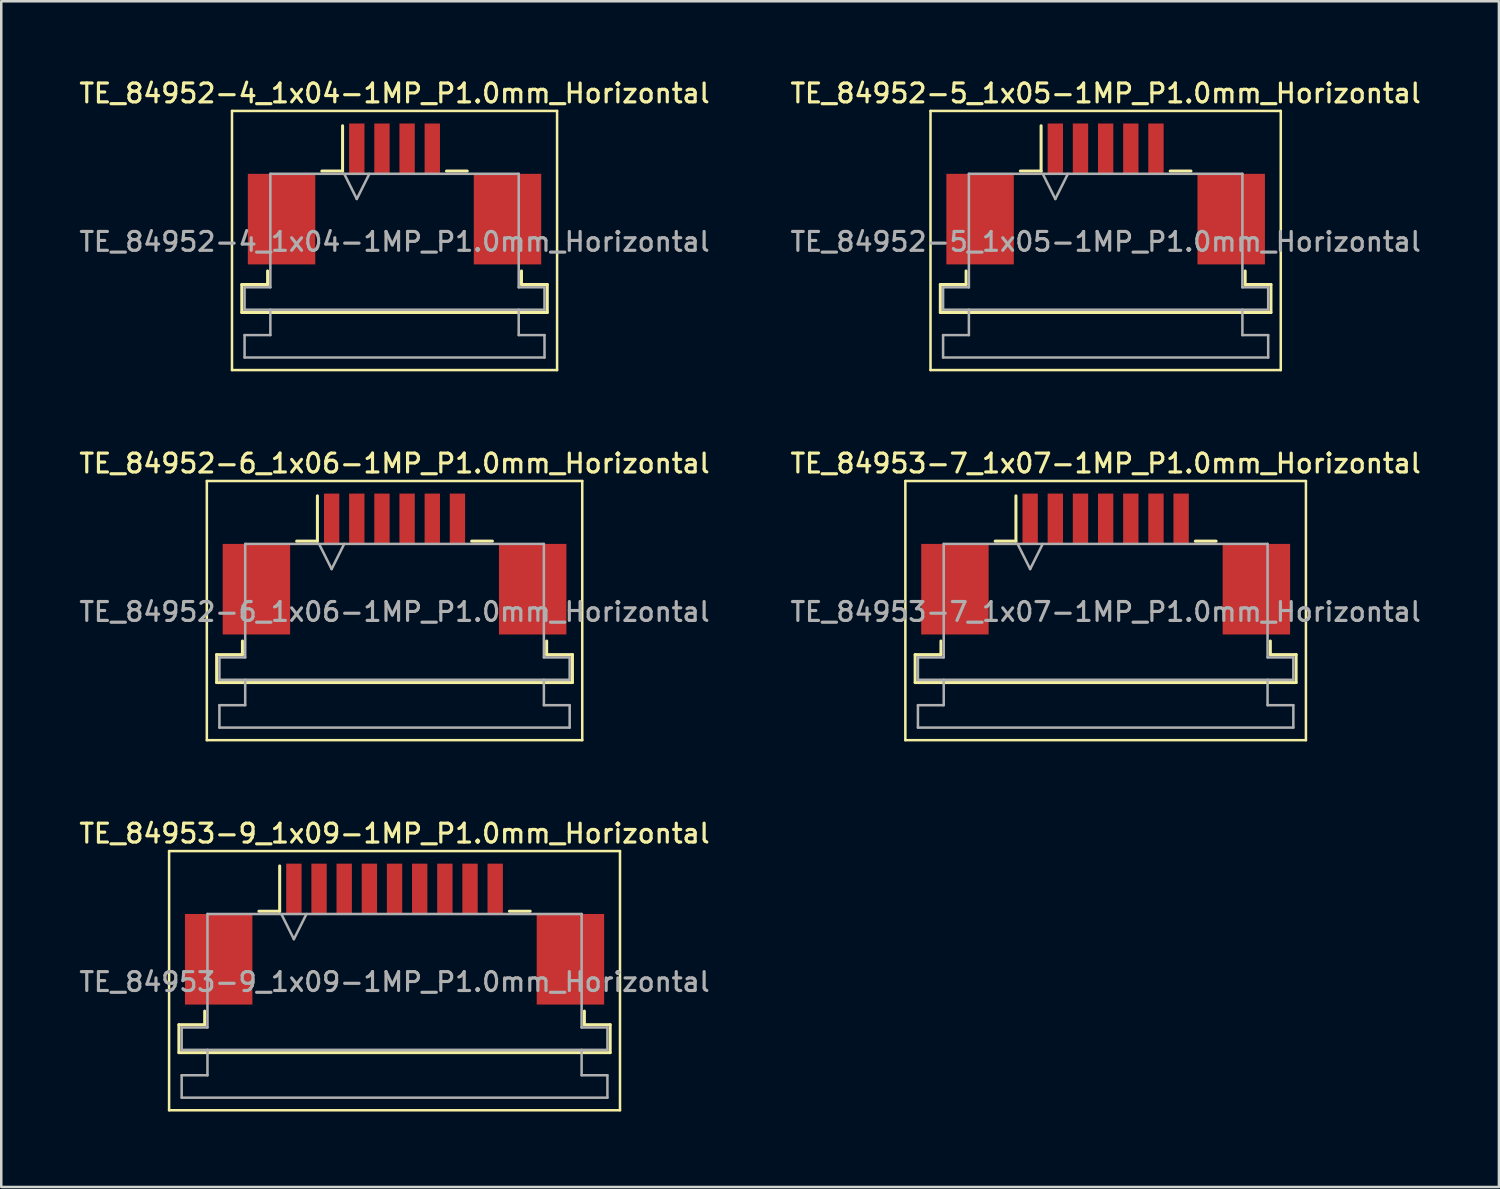
<source format=kicad_pcb>
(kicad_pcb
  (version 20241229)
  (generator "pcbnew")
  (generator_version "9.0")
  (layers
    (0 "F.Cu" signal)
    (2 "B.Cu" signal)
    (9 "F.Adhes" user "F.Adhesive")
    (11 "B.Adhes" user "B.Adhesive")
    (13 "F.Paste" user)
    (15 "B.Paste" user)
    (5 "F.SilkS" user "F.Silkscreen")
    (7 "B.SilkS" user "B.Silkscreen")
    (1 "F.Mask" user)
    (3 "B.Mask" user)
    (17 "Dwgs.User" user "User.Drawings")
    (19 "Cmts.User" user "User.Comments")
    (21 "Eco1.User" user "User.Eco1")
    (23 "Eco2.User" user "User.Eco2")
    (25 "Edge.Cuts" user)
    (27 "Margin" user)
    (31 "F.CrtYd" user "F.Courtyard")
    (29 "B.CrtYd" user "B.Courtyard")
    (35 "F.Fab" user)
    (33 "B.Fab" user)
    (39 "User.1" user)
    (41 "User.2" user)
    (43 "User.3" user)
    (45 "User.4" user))
  (footprint "TE_84953-9_1x09-1MP_P1.0mm_Horizontal"
    (layer "F.Cu")
    (at 12.63 34.074)
    (property "Reference" "TE_84953-9_1x09-1MP_P1.0mm_Horizontal" (at 0 -4 0) (layer "F.SilkS") (effects (font (size 0.75 0.75) (thickness 0.125))))
    (attr smd)
    (fp_line (start -8.96 -3.3) (end -8.96 7) (stroke (width 0.1) (type solid)) (layer "F.SilkS"))
    (fp_line (start -8.96 7) (end 8.96 7) (stroke (width 0.1) (type solid)) (layer "F.SilkS"))
    (fp_line (start -8.57 3.6) (end -7.545 3.6) (stroke (width 0.12) (type solid)) (layer "F.SilkS"))
    (fp_line (start -8.57 4.71) (end -8.57 3.6) (stroke (width 0.12) (type solid)) (layer "F.SilkS"))
    (fp_line (start -7.545 3.6) (end -7.545 3.06) (stroke (width 0.12) (type solid)) (layer "F.SilkS"))
    (fp_line (start -5.39 -0.91) (end -4.565 -0.91) (stroke (width 0.12) (type solid)) (layer "F.SilkS"))
    (fp_line (start -4.565 -0.91) (end -4.565 -2.71) (stroke (width 0.12) (type solid)) (layer "F.SilkS"))
    (fp_line (start 4.565 -0.91) (end 5.39 -0.91) (stroke (width 0.12) (type solid)) (layer "F.SilkS"))
    (fp_line (start 7.545 3.06) (end 7.545 3.6) (stroke (width 0.12) (type solid)) (layer "F.SilkS"))
    (fp_line (start 7.545 3.6) (end 8.57 3.6) (stroke (width 0.12) (type solid)) (layer "F.SilkS"))
    (fp_line (start 8.57 3.6) (end 8.57 4.71) (stroke (width 0.12) (type solid)) (layer "F.SilkS"))
    (fp_line (start 8.57 4.71) (end -8.57 4.71) (stroke (width 0.12) (type solid)) (layer "F.SilkS"))
    (fp_line (start 8.96 -3.3) (end -8.96 -3.3) (stroke (width 0.1) (type solid)) (layer "F.SilkS"))
    (fp_line (start 8.96 7) (end 8.96 -3.3) (stroke (width 0.1) (type solid)) (layer "F.SilkS"))
    (fp_line (start -8.46 3.71) (end -7.435 3.71) (stroke (width 0.1) (type solid)) (layer "F.Fab"))
    (fp_line (start -8.46 4.6) (end -8.46 3.71) (stroke (width 0.1) (type solid)) (layer "F.Fab"))
    (fp_line (start -8.46 5.61) (end -7.435 5.61) (stroke (width 0.1) (type solid)) (layer "F.Fab"))
    (fp_line (start -8.46 6.5) (end -8.46 5.61) (stroke (width 0.1) (type solid)) (layer "F.Fab"))
    (fp_line (start -7.435 -0.8) (end 7.435 -0.8) (stroke (width 0.1) (type solid)) (layer "F.Fab"))
    (fp_line (start -7.435 3.71) (end -7.435 -0.8) (stroke (width 0.1) (type solid)) (layer "F.Fab"))
    (fp_line (start -7.435 5.61) (end -7.435 4.6) (stroke (width 0.1) (type solid)) (layer "F.Fab"))
    (fp_line (start -4.5 -0.8) (end -4 0.2) (stroke (width 0.1) (type solid)) (layer "F.Fab"))
    (fp_line (start -4 0.2) (end -3.5 -0.8) (stroke (width 0.1) (type solid)) (layer "F.Fab"))
    (fp_line (start 7.435 -0.8) (end 7.435 3.71) (stroke (width 0.1) (type solid)) (layer "F.Fab"))
    (fp_line (start 7.435 3.71) (end 8.46 3.71) (stroke (width 0.1) (type solid)) (layer "F.Fab"))
    (fp_line (start 7.435 4.6) (end 7.435 5.61) (stroke (width 0.1) (type solid)) (layer "F.Fab"))
    (fp_line (start 7.435 5.61) (end 8.46 5.61) (stroke (width 0.1) (type solid)) (layer "F.Fab"))
    (fp_line (start 8.46 3.71) (end 8.46 4.6) (stroke (width 0.1) (type solid)) (layer "F.Fab"))
    (fp_line (start 8.46 4.6) (end -8.46 4.6) (stroke (width 0.1) (type solid)) (layer "F.Fab"))
    (fp_line (start 8.46 5.61) (end 8.46 6.5) (stroke (width 0.1) (type solid)) (layer "F.Fab"))
    (fp_line (start 8.46 6.5) (end -8.46 6.5) (stroke (width 0.1) (type solid)) (layer "F.Fab"))
    (fp_text user "${REFERENCE}" (at 0 1.9 0) (layer "F.Fab") (effects (font (size 0.75 0.75) (thickness 0.125))))
    (pad "1" smd rect (at -4 -1.8) (size 0.61 2) (layers "F.Cu" "F.Mask" "F.Paste"))
    (pad "2" smd rect (at -3 -1.8) (size 0.61 2) (layers "F.Cu" "F.Mask" "F.Paste"))
    (pad "3" smd rect (at -2 -1.8) (size 0.61 2) (layers "F.Cu" "F.Mask" "F.Paste"))
    (pad "4" smd rect (at -1 -1.8) (size 0.61 2) (layers "F.Cu" "F.Mask" "F.Paste"))
    (pad "5" smd rect (at 0 -1.8) (size 0.61 2) (layers "F.Cu" "F.Mask" "F.Paste"))
    (pad "6" smd rect (at 1 -1.8) (size 0.61 2) (layers "F.Cu" "F.Mask" "F.Paste"))
    (pad "7" smd rect (at 2 -1.8) (size 0.61 2) (layers "F.Cu" "F.Mask" "F.Paste"))
    (pad "8" smd rect (at 3 -1.8) (size 0.61 2) (layers "F.Cu" "F.Mask" "F.Paste"))
    (pad "9" smd rect (at 4 -1.8) (size 0.61 2) (layers "F.Cu" "F.Mask" "F.Paste"))
    (pad "MP" smd rect (at -6.99 1) (size 2.68 3.6) (layers "F.Cu" "F.Mask" "F.Paste"))
    (pad "MP" smd rect (at 6.99 1) (size 2.68 3.6) (layers "F.Cu" "F.Mask" "F.Paste")))
  (footprint "TE_84953-7_1x07-1MP_P1.0mm_Horizontal"
    (layer "F.Cu")
    (at 40.891 19.366)
    (property "Reference" "TE_84953-7_1x07-1MP_P1.0mm_Horizontal" (at 0 -4 0) (layer "F.SilkS") (effects (font (size 0.75 0.75) (thickness 0.125))))
    (attr smd)
    (fp_line (start -7.96 -3.3) (end -7.96 7) (stroke (width 0.1) (type solid)) (layer "F.SilkS"))
    (fp_line (start -7.96 7) (end 7.96 7) (stroke (width 0.1) (type solid)) (layer "F.SilkS"))
    (fp_line (start -7.57 3.6) (end -6.545 3.6) (stroke (width 0.12) (type solid)) (layer "F.SilkS"))
    (fp_line (start -7.57 4.71) (end -7.57 3.6) (stroke (width 0.12) (type solid)) (layer "F.SilkS"))
    (fp_line (start -6.545 3.6) (end -6.545 3.06) (stroke (width 0.12) (type solid)) (layer "F.SilkS"))
    (fp_line (start -4.39 -0.91) (end -3.565 -0.91) (stroke (width 0.12) (type solid)) (layer "F.SilkS"))
    (fp_line (start -3.565 -0.91) (end -3.565 -2.71) (stroke (width 0.12) (type solid)) (layer "F.SilkS"))
    (fp_line (start 3.565 -0.91) (end 4.39 -0.91) (stroke (width 0.12) (type solid)) (layer "F.SilkS"))
    (fp_line (start 6.545 3.06) (end 6.545 3.6) (stroke (width 0.12) (type solid)) (layer "F.SilkS"))
    (fp_line (start 6.545 3.6) (end 7.57 3.6) (stroke (width 0.12) (type solid)) (layer "F.SilkS"))
    (fp_line (start 7.57 3.6) (end 7.57 4.71) (stroke (width 0.12) (type solid)) (layer "F.SilkS"))
    (fp_line (start 7.57 4.71) (end -7.57 4.71) (stroke (width 0.12) (type solid)) (layer "F.SilkS"))
    (fp_line (start 7.96 -3.3) (end -7.96 -3.3) (stroke (width 0.1) (type solid)) (layer "F.SilkS"))
    (fp_line (start 7.96 7) (end 7.96 -3.3) (stroke (width 0.1) (type solid)) (layer "F.SilkS"))
    (fp_line (start -7.46 3.71) (end -6.435 3.71) (stroke (width 0.1) (type solid)) (layer "F.Fab"))
    (fp_line (start -7.46 4.6) (end -7.46 3.71) (stroke (width 0.1) (type solid)) (layer "F.Fab"))
    (fp_line (start -7.46 5.61) (end -6.435 5.61) (stroke (width 0.1) (type solid)) (layer "F.Fab"))
    (fp_line (start -7.46 6.5) (end -7.46 5.61) (stroke (width 0.1) (type solid)) (layer "F.Fab"))
    (fp_line (start -6.435 -0.8) (end 6.435 -0.8) (stroke (width 0.1) (type solid)) (layer "F.Fab"))
    (fp_line (start -6.435 3.71) (end -6.435 -0.8) (stroke (width 0.1) (type solid)) (layer "F.Fab"))
    (fp_line (start -6.435 5.61) (end -6.435 4.6) (stroke (width 0.1) (type solid)) (layer "F.Fab"))
    (fp_line (start -3.5 -0.8) (end -3 0.2) (stroke (width 0.1) (type solid)) (layer "F.Fab"))
    (fp_line (start -3 0.2) (end -2.5 -0.8) (stroke (width 0.1) (type solid)) (layer "F.Fab"))
    (fp_line (start 6.435 -0.8) (end 6.435 3.71) (stroke (width 0.1) (type solid)) (layer "F.Fab"))
    (fp_line (start 6.435 3.71) (end 7.46 3.71) (stroke (width 0.1) (type solid)) (layer "F.Fab"))
    (fp_line (start 6.435 4.6) (end 6.435 5.61) (stroke (width 0.1) (type solid)) (layer "F.Fab"))
    (fp_line (start 6.435 5.61) (end 7.46 5.61) (stroke (width 0.1) (type solid)) (layer "F.Fab"))
    (fp_line (start 7.46 3.71) (end 7.46 4.6) (stroke (width 0.1) (type solid)) (layer "F.Fab"))
    (fp_line (start 7.46 4.6) (end -7.46 4.6) (stroke (width 0.1) (type solid)) (layer "F.Fab"))
    (fp_line (start 7.46 5.61) (end 7.46 6.5) (stroke (width 0.1) (type solid)) (layer "F.Fab"))
    (fp_line (start 7.46 6.5) (end -7.46 6.5) (stroke (width 0.1) (type solid)) (layer "F.Fab"))
    (fp_text user "${REFERENCE}" (at 0 1.9 0) (layer "F.Fab") (effects (font (size 0.75 0.75) (thickness 0.125))))
    (pad "1" smd rect (at -3 -1.8) (size 0.61 2) (layers "F.Cu" "F.Mask" "F.Paste"))
    (pad "2" smd rect (at -2 -1.8) (size 0.61 2) (layers "F.Cu" "F.Mask" "F.Paste"))
    (pad "3" smd rect (at -1 -1.8) (size 0.61 2) (layers "F.Cu" "F.Mask" "F.Paste"))
    (pad "4" smd rect (at 0 -1.8) (size 0.61 2) (layers "F.Cu" "F.Mask" "F.Paste"))
    (pad "5" smd rect (at 1 -1.8) (size 0.61 2) (layers "F.Cu" "F.Mask" "F.Paste"))
    (pad "6" smd rect (at 2 -1.8) (size 0.61 2) (layers "F.Cu" "F.Mask" "F.Paste"))
    (pad "7" smd rect (at 3 -1.8) (size 0.61 2) (layers "F.Cu" "F.Mask" "F.Paste"))
    (pad "MP" smd rect (at -5.99 1) (size 2.68 3.6) (layers "F.Cu" "F.Mask" "F.Paste"))
    (pad "MP" smd rect (at 5.99 1) (size 2.68 3.6) (layers "F.Cu" "F.Mask" "F.Paste")))
  (footprint "TE_84952-4_1x04-1MP_P1.0mm_Horizontal"
    (layer "F.Cu")
    (at 12.63 4.658)
    (property "Reference" "TE_84952-4_1x04-1MP_P1.0mm_Horizontal" (at 0 -4 0) (layer "F.SilkS") (effects (font (size 0.75 0.75) (thickness 0.125))))
    (attr smd)
    (fp_line (start -6.46 -3.3) (end -6.46 7) (stroke (width 0.1) (type solid)) (layer "F.SilkS"))
    (fp_line (start -6.46 7) (end 6.46 7) (stroke (width 0.1) (type solid)) (layer "F.SilkS"))
    (fp_line (start -6.07 3.6) (end -5.045 3.6) (stroke (width 0.12) (type solid)) (layer "F.SilkS"))
    (fp_line (start -6.07 4.71) (end -6.07 3.6) (stroke (width 0.12) (type solid)) (layer "F.SilkS"))
    (fp_line (start -5.045 3.6) (end -5.045 3.06) (stroke (width 0.12) (type solid)) (layer "F.SilkS"))
    (fp_line (start -2.89 -0.91) (end -2.065 -0.91) (stroke (width 0.12) (type solid)) (layer "F.SilkS"))
    (fp_line (start -2.065 -0.91) (end -2.065 -2.71) (stroke (width 0.12) (type solid)) (layer "F.SilkS"))
    (fp_line (start 2.065 -0.91) (end 2.89 -0.91) (stroke (width 0.12) (type solid)) (layer "F.SilkS"))
    (fp_line (start 5.045 3.06) (end 5.045 3.6) (stroke (width 0.12) (type solid)) (layer "F.SilkS"))
    (fp_line (start 5.045 3.6) (end 6.07 3.6) (stroke (width 0.12) (type solid)) (layer "F.SilkS"))
    (fp_line (start 6.07 3.6) (end 6.07 4.71) (stroke (width 0.12) (type solid)) (layer "F.SilkS"))
    (fp_line (start 6.07 4.71) (end -6.07 4.71) (stroke (width 0.12) (type solid)) (layer "F.SilkS"))
    (fp_line (start 6.46 -3.3) (end -6.46 -3.3) (stroke (width 0.1) (type solid)) (layer "F.SilkS"))
    (fp_line (start 6.46 7) (end 6.46 -3.3) (stroke (width 0.1) (type solid)) (layer "F.SilkS"))
    (fp_line (start -5.96 3.71) (end -4.935 3.71) (stroke (width 0.1) (type solid)) (layer "F.Fab"))
    (fp_line (start -5.96 4.6) (end -5.96 3.71) (stroke (width 0.1) (type solid)) (layer "F.Fab"))
    (fp_line (start -5.96 5.61) (end -4.935 5.61) (stroke (width 0.1) (type solid)) (layer "F.Fab"))
    (fp_line (start -5.96 6.5) (end -5.96 5.61) (stroke (width 0.1) (type solid)) (layer "F.Fab"))
    (fp_line (start -4.935 -0.8) (end 4.935 -0.8) (stroke (width 0.1) (type solid)) (layer "F.Fab"))
    (fp_line (start -4.935 3.71) (end -4.935 -0.8) (stroke (width 0.1) (type solid)) (layer "F.Fab"))
    (fp_line (start -4.935 5.61) (end -4.935 4.6) (stroke (width 0.1) (type solid)) (layer "F.Fab"))
    (fp_line (start -2 -0.8) (end -1.5 0.2) (stroke (width 0.1) (type solid)) (layer "F.Fab"))
    (fp_line (start -1.5 0.2) (end -1 -0.8) (stroke (width 0.1) (type solid)) (layer "F.Fab"))
    (fp_line (start 4.935 -0.8) (end 4.935 3.71) (stroke (width 0.1) (type solid)) (layer "F.Fab"))
    (fp_line (start 4.935 3.71) (end 5.96 3.71) (stroke (width 0.1) (type solid)) (layer "F.Fab"))
    (fp_line (start 4.935 4.6) (end 4.935 5.61) (stroke (width 0.1) (type solid)) (layer "F.Fab"))
    (fp_line (start 4.935 5.61) (end 5.96 5.61) (stroke (width 0.1) (type solid)) (layer "F.Fab"))
    (fp_line (start 5.96 3.71) (end 5.96 4.6) (stroke (width 0.1) (type solid)) (layer "F.Fab"))
    (fp_line (start 5.96 4.6) (end -5.96 4.6) (stroke (width 0.1) (type solid)) (layer "F.Fab"))
    (fp_line (start 5.96 5.61) (end 5.96 6.5) (stroke (width 0.1) (type solid)) (layer "F.Fab"))
    (fp_line (start 5.96 6.5) (end -5.96 6.5) (stroke (width 0.1) (type solid)) (layer "F.Fab"))
    (fp_text user "${REFERENCE}" (at 0 1.9 0) (layer "F.Fab") (effects (font (size 0.75 0.75) (thickness 0.125))))
    (pad "1" smd rect (at -1.5 -1.8) (size 0.61 2) (layers "F.Cu" "F.Mask" "F.Paste"))
    (pad "2" smd rect (at -0.5 -1.8) (size 0.61 2) (layers "F.Cu" "F.Mask" "F.Paste"))
    (pad "3" smd rect (at 0.5 -1.8) (size 0.61 2) (layers "F.Cu" "F.Mask" "F.Paste"))
    (pad "4" smd rect (at 1.5 -1.8) (size 0.61 2) (layers "F.Cu" "F.Mask" "F.Paste"))
    (pad "MP" smd rect (at -4.49 1) (size 2.68 3.6) (layers "F.Cu" "F.Mask" "F.Paste"))
    (pad "MP" smd rect (at 4.49 1) (size 2.68 3.6) (layers "F.Cu" "F.Mask" "F.Paste")))
  (footprint "TE_84952-6_1x06-1MP_P1.0mm_Horizontal"
    (layer "F.Cu")
    (at 12.63 19.366)
    (property "Reference" "TE_84952-6_1x06-1MP_P1.0mm_Horizontal" (at 0 -4 0) (layer "F.SilkS") (effects (font (size 0.75 0.75) (thickness 0.125))))
    (attr smd)
    (fp_line (start -7.46 -3.3) (end -7.46 7) (stroke (width 0.1) (type solid)) (layer "F.SilkS"))
    (fp_line (start -7.46 7) (end 7.46 7) (stroke (width 0.1) (type solid)) (layer "F.SilkS"))
    (fp_line (start -7.07 3.6) (end -6.045 3.6) (stroke (width 0.12) (type solid)) (layer "F.SilkS"))
    (fp_line (start -7.07 4.71) (end -7.07 3.6) (stroke (width 0.12) (type solid)) (layer "F.SilkS"))
    (fp_line (start -6.045 3.6) (end -6.045 3.06) (stroke (width 0.12) (type solid)) (layer "F.SilkS"))
    (fp_line (start -3.89 -0.91) (end -3.065 -0.91) (stroke (width 0.12) (type solid)) (layer "F.SilkS"))
    (fp_line (start -3.065 -0.91) (end -3.065 -2.71) (stroke (width 0.12) (type solid)) (layer "F.SilkS"))
    (fp_line (start 3.065 -0.91) (end 3.89 -0.91) (stroke (width 0.12) (type solid)) (layer "F.SilkS"))
    (fp_line (start 6.045 3.06) (end 6.045 3.6) (stroke (width 0.12) (type solid)) (layer "F.SilkS"))
    (fp_line (start 6.045 3.6) (end 7.07 3.6) (stroke (width 0.12) (type solid)) (layer "F.SilkS"))
    (fp_line (start 7.07 3.6) (end 7.07 4.71) (stroke (width 0.12) (type solid)) (layer "F.SilkS"))
    (fp_line (start 7.07 4.71) (end -7.07 4.71) (stroke (width 0.12) (type solid)) (layer "F.SilkS"))
    (fp_line (start 7.46 -3.3) (end -7.46 -3.3) (stroke (width 0.1) (type solid)) (layer "F.SilkS"))
    (fp_line (start 7.46 7) (end 7.46 -3.3) (stroke (width 0.1) (type solid)) (layer "F.SilkS"))
    (fp_line (start -6.96 3.71) (end -5.935 3.71) (stroke (width 0.1) (type solid)) (layer "F.Fab"))
    (fp_line (start -6.96 4.6) (end -6.96 3.71) (stroke (width 0.1) (type solid)) (layer "F.Fab"))
    (fp_line (start -6.96 5.61) (end -5.935 5.61) (stroke (width 0.1) (type solid)) (layer "F.Fab"))
    (fp_line (start -6.96 6.5) (end -6.96 5.61) (stroke (width 0.1) (type solid)) (layer "F.Fab"))
    (fp_line (start -5.935 -0.8) (end 5.935 -0.8) (stroke (width 0.1) (type solid)) (layer "F.Fab"))
    (fp_line (start -5.935 3.71) (end -5.935 -0.8) (stroke (width 0.1) (type solid)) (layer "F.Fab"))
    (fp_line (start -5.935 5.61) (end -5.935 4.6) (stroke (width 0.1) (type solid)) (layer "F.Fab"))
    (fp_line (start -3 -0.8) (end -2.5 0.2) (stroke (width 0.1) (type solid)) (layer "F.Fab"))
    (fp_line (start -2.5 0.2) (end -2 -0.8) (stroke (width 0.1) (type solid)) (layer "F.Fab"))
    (fp_line (start 5.935 -0.8) (end 5.935 3.71) (stroke (width 0.1) (type solid)) (layer "F.Fab"))
    (fp_line (start 5.935 3.71) (end 6.96 3.71) (stroke (width 0.1) (type solid)) (layer "F.Fab"))
    (fp_line (start 5.935 4.6) (end 5.935 5.61) (stroke (width 0.1) (type solid)) (layer "F.Fab"))
    (fp_line (start 5.935 5.61) (end 6.96 5.61) (stroke (width 0.1) (type solid)) (layer "F.Fab"))
    (fp_line (start 6.96 3.71) (end 6.96 4.6) (stroke (width 0.1) (type solid)) (layer "F.Fab"))
    (fp_line (start 6.96 4.6) (end -6.96 4.6) (stroke (width 0.1) (type solid)) (layer "F.Fab"))
    (fp_line (start 6.96 5.61) (end 6.96 6.5) (stroke (width 0.1) (type solid)) (layer "F.Fab"))
    (fp_line (start 6.96 6.5) (end -6.96 6.5) (stroke (width 0.1) (type solid)) (layer "F.Fab"))
    (fp_text user "${REFERENCE}" (at 0 1.9 0) (layer "F.Fab") (effects (font (size 0.75 0.75) (thickness 0.125))))
    (pad "1" smd rect (at -2.5 -1.8) (size 0.61 2) (layers "F.Cu" "F.Mask" "F.Paste"))
    (pad "2" smd rect (at -1.5 -1.8) (size 0.61 2) (layers "F.Cu" "F.Mask" "F.Paste"))
    (pad "3" smd rect (at -0.5 -1.8) (size 0.61 2) (layers "F.Cu" "F.Mask" "F.Paste"))
    (pad "4" smd rect (at 0.5 -1.8) (size 0.61 2) (layers "F.Cu" "F.Mask" "F.Paste"))
    (pad "5" smd rect (at 1.5 -1.8) (size 0.61 2) (layers "F.Cu" "F.Mask" "F.Paste"))
    (pad "6" smd rect (at 2.5 -1.8) (size 0.61 2) (layers "F.Cu" "F.Mask" "F.Paste"))
    (pad "MP" smd rect (at -5.49 1) (size 2.68 3.6) (layers "F.Cu" "F.Mask" "F.Paste"))
    (pad "MP" smd rect (at 5.49 1) (size 2.68 3.6) (layers "F.Cu" "F.Mask" "F.Paste")))
  (footprint "TE_84952-5_1x05-1MP_P1.0mm_Horizontal"
    (layer "F.Cu")
    (at 40.891 4.658)
    (property "Reference" "TE_84952-5_1x05-1MP_P1.0mm_Horizontal" (at 0 -4 0) (layer "F.SilkS") (effects (font (size 0.75 0.75) (thickness 0.125))))
    (attr smd)
    (fp_line (start -6.96 -3.3) (end -6.96 7) (stroke (width 0.1) (type solid)) (layer "F.SilkS"))
    (fp_line (start -6.96 7) (end 6.96 7) (stroke (width 0.1) (type solid)) (layer "F.SilkS"))
    (fp_line (start -6.57 3.6) (end -5.545 3.6) (stroke (width 0.12) (type solid)) (layer "F.SilkS"))
    (fp_line (start -6.57 4.71) (end -6.57 3.6) (stroke (width 0.12) (type solid)) (layer "F.SilkS"))
    (fp_line (start -5.545 3.6) (end -5.545 3.06) (stroke (width 0.12) (type solid)) (layer "F.SilkS"))
    (fp_line (start -3.39 -0.91) (end -2.565 -0.91) (stroke (width 0.12) (type solid)) (layer "F.SilkS"))
    (fp_line (start -2.565 -0.91) (end -2.565 -2.71) (stroke (width 0.12) (type solid)) (layer "F.SilkS"))
    (fp_line (start 2.565 -0.91) (end 3.39 -0.91) (stroke (width 0.12) (type solid)) (layer "F.SilkS"))
    (fp_line (start 5.545 3.06) (end 5.545 3.6) (stroke (width 0.12) (type solid)) (layer "F.SilkS"))
    (fp_line (start 5.545 3.6) (end 6.57 3.6) (stroke (width 0.12) (type solid)) (layer "F.SilkS"))
    (fp_line (start 6.57 3.6) (end 6.57 4.71) (stroke (width 0.12) (type solid)) (layer "F.SilkS"))
    (fp_line (start 6.57 4.71) (end -6.57 4.71) (stroke (width 0.12) (type solid)) (layer "F.SilkS"))
    (fp_line (start 6.96 -3.3) (end -6.96 -3.3) (stroke (width 0.1) (type solid)) (layer "F.SilkS"))
    (fp_line (start 6.96 7) (end 6.96 -3.3) (stroke (width 0.1) (type solid)) (layer "F.SilkS"))
    (fp_line (start -6.46 3.71) (end -5.435 3.71) (stroke (width 0.1) (type solid)) (layer "F.Fab"))
    (fp_line (start -6.46 4.6) (end -6.46 3.71) (stroke (width 0.1) (type solid)) (layer "F.Fab"))
    (fp_line (start -6.46 5.61) (end -5.435 5.61) (stroke (width 0.1) (type solid)) (layer "F.Fab"))
    (fp_line (start -6.46 6.5) (end -6.46 5.61) (stroke (width 0.1) (type solid)) (layer "F.Fab"))
    (fp_line (start -5.435 -0.8) (end 5.435 -0.8) (stroke (width 0.1) (type solid)) (layer "F.Fab"))
    (fp_line (start -5.435 3.71) (end -5.435 -0.8) (stroke (width 0.1) (type solid)) (layer "F.Fab"))
    (fp_line (start -5.435 5.61) (end -5.435 4.6) (stroke (width 0.1) (type solid)) (layer "F.Fab"))
    (fp_line (start -2.5 -0.8) (end -2 0.2) (stroke (width 0.1) (type solid)) (layer "F.Fab"))
    (fp_line (start -2 0.2) (end -1.5 -0.8) (stroke (width 0.1) (type solid)) (layer "F.Fab"))
    (fp_line (start 5.435 -0.8) (end 5.435 3.71) (stroke (width 0.1) (type solid)) (layer "F.Fab"))
    (fp_line (start 5.435 3.71) (end 6.46 3.71) (stroke (width 0.1) (type solid)) (layer "F.Fab"))
    (fp_line (start 5.435 4.6) (end 5.435 5.61) (stroke (width 0.1) (type solid)) (layer "F.Fab"))
    (fp_line (start 5.435 5.61) (end 6.46 5.61) (stroke (width 0.1) (type solid)) (layer "F.Fab"))
    (fp_line (start 6.46 3.71) (end 6.46 4.6) (stroke (width 0.1) (type solid)) (layer "F.Fab"))
    (fp_line (start 6.46 4.6) (end -6.46 4.6) (stroke (width 0.1) (type solid)) (layer "F.Fab"))
    (fp_line (start 6.46 5.61) (end 6.46 6.5) (stroke (width 0.1) (type solid)) (layer "F.Fab"))
    (fp_line (start 6.46 6.5) (end -6.46 6.5) (stroke (width 0.1) (type solid)) (layer "F.Fab"))
    (fp_text user "${REFERENCE}" (at 0 1.9 0) (layer "F.Fab") (effects (font (size 0.75 0.75) (thickness 0.125))))
    (pad "1" smd rect (at -2 -1.8) (size 0.61 2) (layers "F.Cu" "F.Mask" "F.Paste"))
    (pad "2" smd rect (at -1 -1.8) (size 0.61 2) (layers "F.Cu" "F.Mask" "F.Paste"))
    (pad "3" smd rect (at 0 -1.8) (size 0.61 2) (layers "F.Cu" "F.Mask" "F.Paste"))
    (pad "4" smd rect (at 1 -1.8) (size 0.61 2) (layers "F.Cu" "F.Mask" "F.Paste"))
    (pad "5" smd rect (at 2 -1.8) (size 0.61 2) (layers "F.Cu" "F.Mask" "F.Paste"))
    (pad "MP" smd rect (at -4.99 1) (size 2.68 3.6) (layers "F.Cu" "F.Mask" "F.Paste"))
    (pad "MP" smd rect (at 4.99 1) (size 2.68 3.6) (layers "F.Cu" "F.Mask" "F.Paste")))
  (gr_rect
    (start -3 -3)
    (end 56.521 44.124)
    (stroke (width 0.1) (type default))
    (fill no)
    (layer "Edge.Cuts")))
</source>
